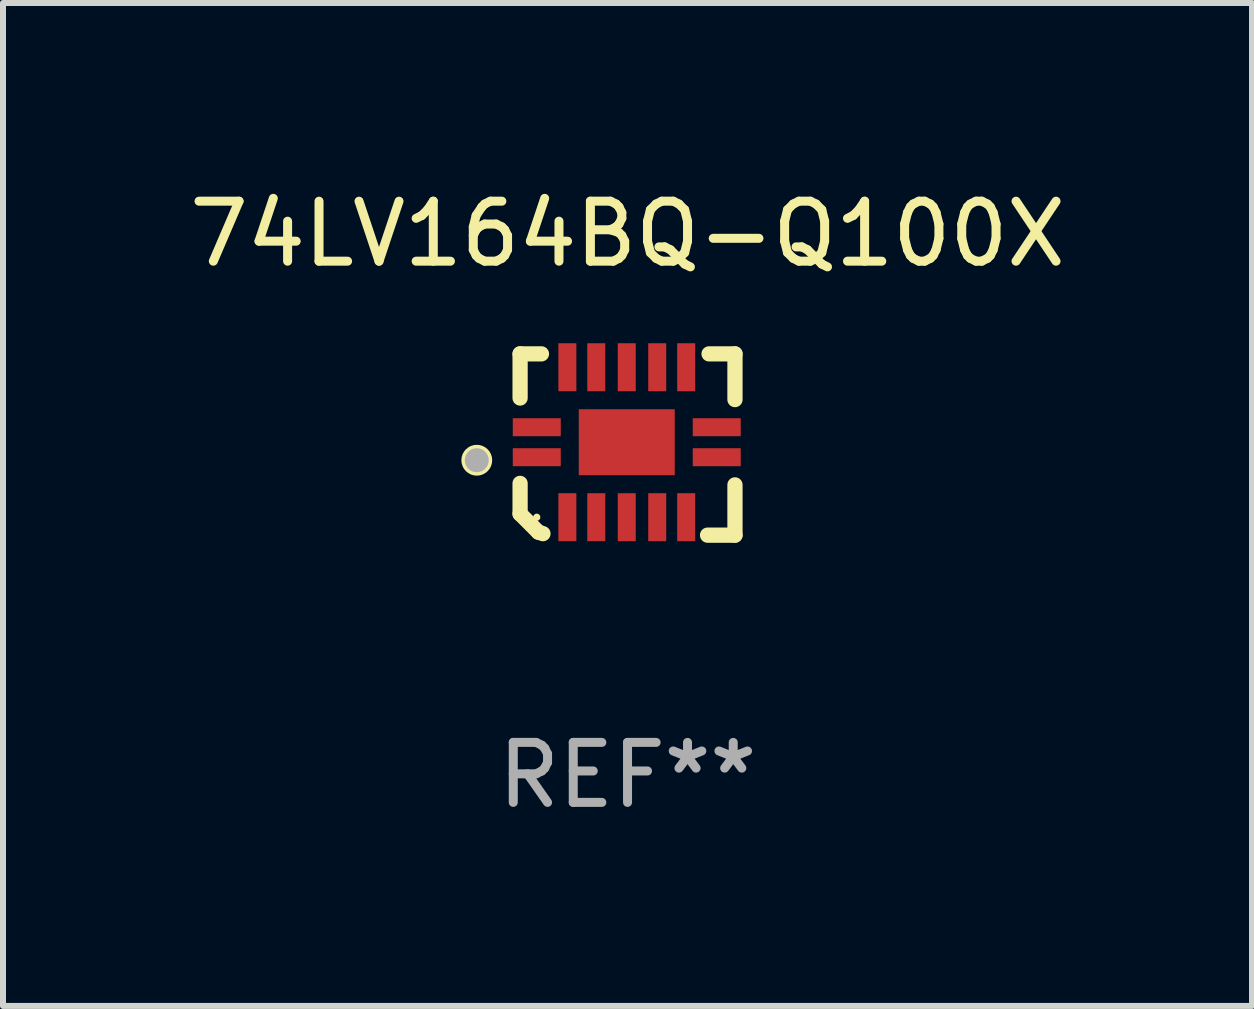
<source format=kicad_pcb>
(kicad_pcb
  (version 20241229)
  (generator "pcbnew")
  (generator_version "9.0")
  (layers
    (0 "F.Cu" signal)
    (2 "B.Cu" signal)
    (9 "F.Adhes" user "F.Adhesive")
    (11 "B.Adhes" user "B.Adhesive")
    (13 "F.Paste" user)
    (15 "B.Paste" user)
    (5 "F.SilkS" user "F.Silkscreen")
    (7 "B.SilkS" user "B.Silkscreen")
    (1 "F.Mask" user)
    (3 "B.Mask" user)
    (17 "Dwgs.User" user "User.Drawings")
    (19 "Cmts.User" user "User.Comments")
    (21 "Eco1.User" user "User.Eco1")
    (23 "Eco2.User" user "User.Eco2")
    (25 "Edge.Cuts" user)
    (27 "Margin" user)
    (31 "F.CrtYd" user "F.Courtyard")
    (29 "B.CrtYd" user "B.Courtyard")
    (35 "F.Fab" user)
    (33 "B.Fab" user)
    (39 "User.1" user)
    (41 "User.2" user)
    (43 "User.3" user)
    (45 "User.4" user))
  (footprint "74LV164BQ-Q100X"
    (layer "F.Cu")
    (at 7.411 4.36)
    (property "Reference" "74LV164BQ-Q100X" (at 0 -3.511 0) (layer "F.SilkS") (effects (font (size 1 1) (thickness 0.15))))
    (attr through_hole)
    (fp_line (start -1.791 -1.511) (end -1.435 -1.511) (stroke (width 0.254) (type solid)) (layer "F.SilkS"))
    (fp_line (start -1.791 -0.775) (end -1.791 -1.511) (stroke (width 0.254) (type solid)) (layer "F.SilkS"))
    (fp_line (start -1.791 1.156) (end -1.791 0.648) (stroke (width 0.254) (type solid)) (layer "F.SilkS"))
    (fp_line (start -1.486 1.461) (end -1.791 1.156) (stroke (width 0.254) (type solid)) (layer "F.SilkS"))
    (fp_line (start -1.41 1.486) (end -1.486 1.461) (stroke (width 0.254) (type solid)) (layer "F.SilkS"))
    (fp_line (start 1.334 1.511) (end 1.791 1.511) (stroke (width 0.254) (type solid)) (layer "F.SilkS"))
    (fp_line (start 1.791 -1.511) (end 1.359 -1.511) (stroke (width 0.254) (type solid)) (layer "F.SilkS"))
    (fp_line (start 1.791 -0.749) (end 1.791 -1.511) (stroke (width 0.254) (type solid)) (layer "F.SilkS"))
    (fp_line (start 1.791 1.511) (end 1.791 0.673) (stroke (width 0.254) (type solid)) (layer "F.SilkS"))
    (fp_circle (center -2.513 0.262) (end -2.383 0.262) (stroke (width 0.254) (type solid)) (fill no) (layer "F.SilkS"))
    (fp_circle (center -1.513 1.212) (end -1.483 1.212) (stroke (width 0.06) (type solid)) (fill no) (layer "F.SilkS"))
    (fp_circle (center -2.513 0.262) (end -2.413 0.262) (stroke (width 0.2) (type solid)) (fill no) (layer "F.Fab"))
    (fp_text user "REF**" (at 0 5.511 0) (layer "F.Fab") (effects (font (size 1 1) (thickness 0.15))))
    (pad "1" smd rect (at -1.513 0.212) (size 0.8 0.3) (layers "F.Cu" "F.Mask" "F.Paste"))
    (pad "2" smd rect (at -1.003 1.212) (size 0.3 0.8) (layers "F.Cu" "F.Mask" "F.Paste"))
    (pad "3" smd rect (at -0.521 1.212) (size 0.3 0.8) (layers "F.Cu" "F.Mask" "F.Paste"))
    (pad "4" smd rect (at -0.013 1.212) (size 0.3 0.8) (layers "F.Cu" "F.Mask" "F.Paste"))
    (pad "5" smd rect (at 0.495 1.212) (size 0.3 0.8) (layers "F.Cu" "F.Mask" "F.Paste"))
    (pad "6" smd rect (at 0.978 1.212) (size 0.3 0.8) (layers "F.Cu" "F.Mask" "F.Paste"))
    (pad "7" smd rect (at 1.487 0.212) (size 0.8 0.3) (layers "F.Cu" "F.Mask" "F.Paste"))
    (pad "8" smd rect (at 1.487 -0.288) (size 0.8 0.3) (layers "F.Cu" "F.Mask" "F.Paste"))
    (pad "9" smd rect (at 0.978 -1.288) (size 0.3 0.8) (layers "F.Cu" "F.Mask" "F.Paste"))
    (pad "10" smd rect (at 0.495 -1.288) (size 0.3 0.8) (layers "F.Cu" "F.Mask" "F.Paste"))
    (pad "11" smd rect (at -0.013 -1.288) (size 0.3 0.8) (layers "F.Cu" "F.Mask" "F.Paste"))
    (pad "12" smd rect (at -0.521 -1.288) (size 0.3 0.8) (layers "F.Cu" "F.Mask" "F.Paste"))
    (pad "13" smd rect (at -1.003 -1.288) (size 0.3 0.8) (layers "F.Cu" "F.Mask" "F.Paste"))
    (pad "14" smd rect (at -1.513 -0.288) (size 0.8 0.3) (layers "F.Cu" "F.Mask" "F.Paste"))
    (pad "15" smd rect (at -0.013 -0.038 90) (size 1.1 1.6) (layers "F.Cu" "F.Mask" "F.Paste")))
  (gr_rect
    (start -3 -3)
    (end 17.821 13.719)
    (stroke (width 0.1) (type default))
    (fill no)
    (layer "Edge.Cuts")))
</source>
